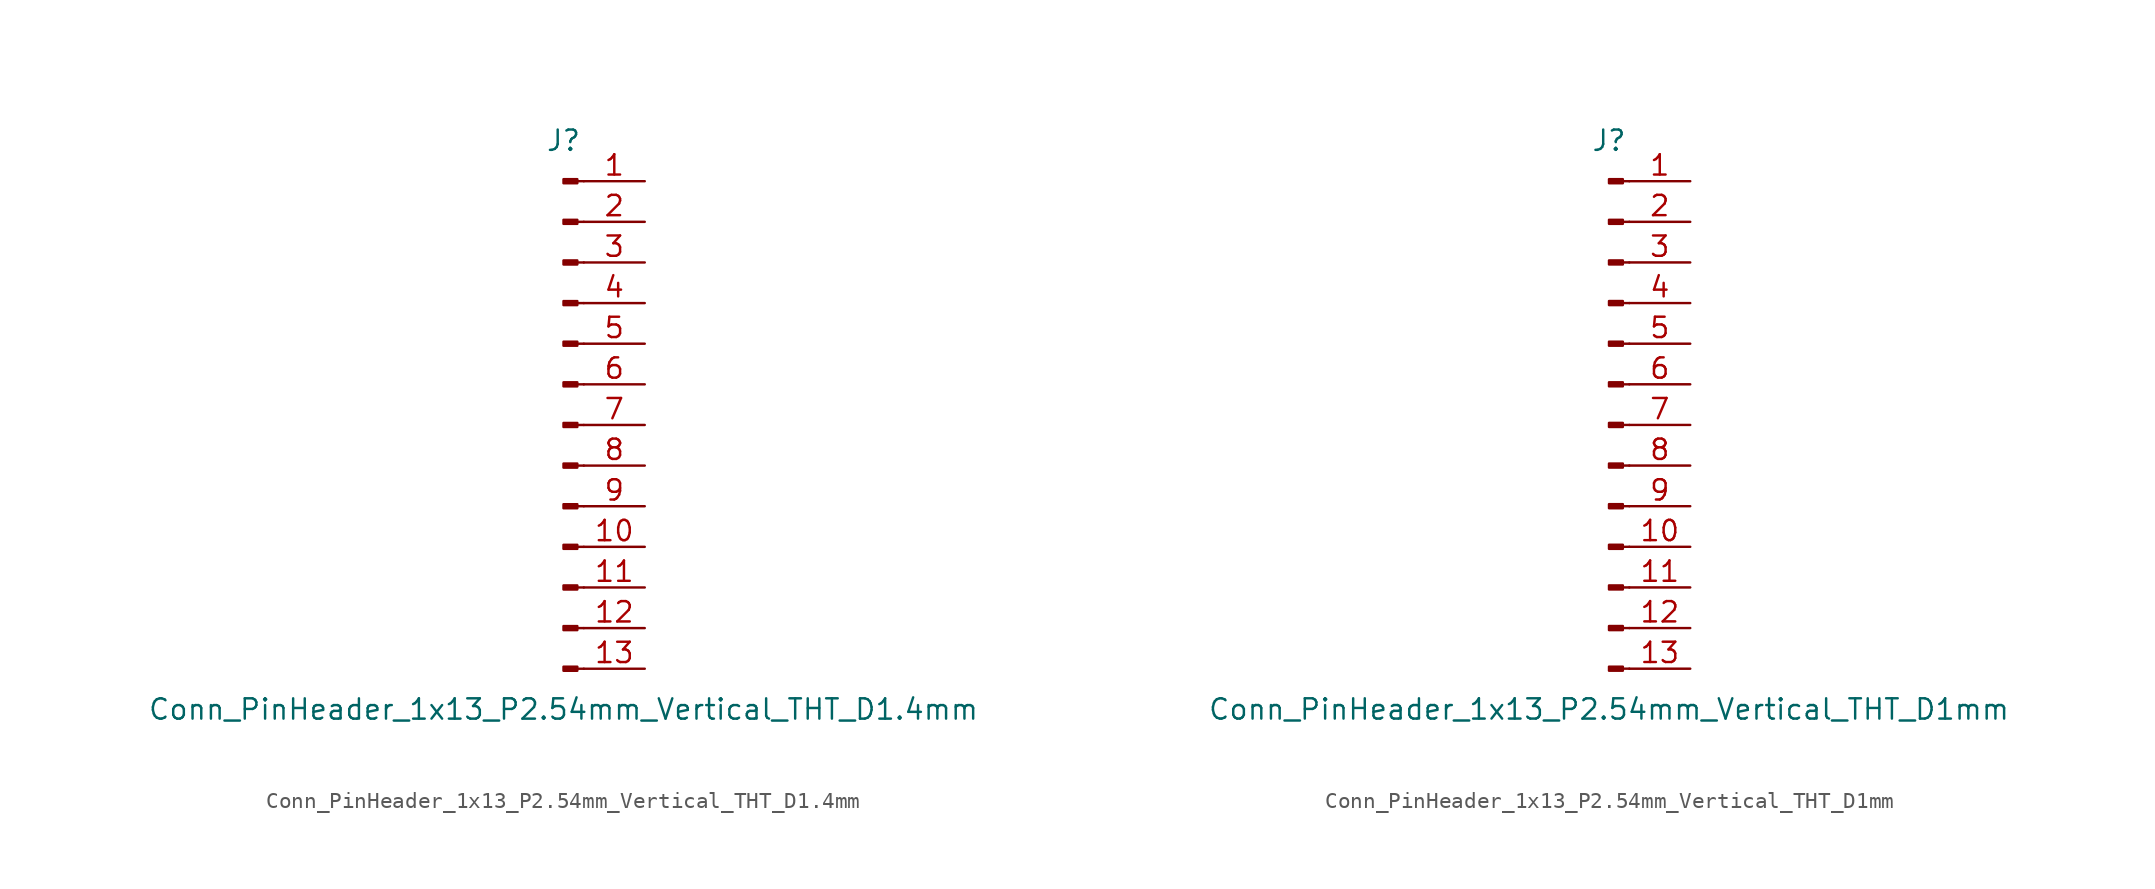
<source format=kicad_sym>
(kicad_symbol_lib
  (version 20211014)
  (generator kicad_symbol_editor)
  (symbol "Conn_PinHeader_1x13_P2.54mm_Vertical_THT_D1.4mm"
    (pin_names
      (offset 1.016) hide)
    (property "Reference" "J"
      (at 0 17.78 0)
      (effects (font (size 1.27 1.27))))
    (property "Value" "Conn_PinHeader_1x13_P2.54mm_Vertical_THT_D1.4mm"
      (at 0 -17.78 0)
      (effects (font (size 1.27 1.27))))
    (symbol "Conn_PinHeader_1x13_P2.54mm_Vertical_THT_D1.4mm_1_1"
      (polyline (pts (xy 1.27 -15.24) (xy 0.864 -15.24)) (stroke (width 0.152) (type default) (color 0 0 0 0)) (fill (type none)))
      (polyline (pts (xy 1.27 -12.7) (xy 0.864 -12.7)) (stroke (width 0.152) (type default) (color 0 0 0 0)) (fill (type none)))
      (polyline (pts (xy 1.27 -10.16) (xy 0.864 -10.16)) (stroke (width 0.152) (type default) (color 0 0 0 0)) (fill (type none)))
      (polyline (pts (xy 1.27 -7.62) (xy 0.864 -7.62)) (stroke (width 0.152) (type default) (color 0 0 0 0)) (fill (type none)))
      (polyline (pts (xy 1.27 -5.08) (xy 0.864 -5.08)) (stroke (width 0.152) (type default) (color 0 0 0 0)) (fill (type none)))
      (polyline (pts (xy 1.27 -2.54) (xy 0.864 -2.54)) (stroke (width 0.152) (type default) (color 0 0 0 0)) (fill (type none)))
      (polyline (pts (xy 1.27 0) (xy 0.864 0)) (stroke (width 0.152) (type default) (color 0 0 0 0)) (fill (type none)))
      (polyline (pts (xy 1.27 2.54) (xy 0.864 2.54)) (stroke (width 0.152) (type default) (color 0 0 0 0)) (fill (type none)))
      (polyline (pts (xy 1.27 5.08) (xy 0.864 5.08)) (stroke (width 0.152) (type default) (color 0 0 0 0)) (fill (type none)))
      (polyline (pts (xy 1.27 7.62) (xy 0.864 7.62)) (stroke (width 0.152) (type default) (color 0 0 0 0)) (fill (type none)))
      (polyline (pts (xy 1.27 10.16) (xy 0.864 10.16)) (stroke (width 0.152) (type default) (color 0 0 0 0)) (fill (type none)))
      (polyline (pts (xy 1.27 12.7) (xy 0.864 12.7)) (stroke (width 0.152) (type default) (color 0 0 0 0)) (fill (type none)))
      (polyline (pts (xy 1.27 15.24) (xy 0.864 15.24)) (stroke (width 0.152) (type default) (color 0 0 0 0)) (fill (type none)))
      (rectangle (start 0.864 -15.113) (end 0 -15.367) (stroke (width 0.152) (type default) (color 0 0 0 0)) (fill (type outline)))
      (rectangle (start 0.864 -12.573) (end 0 -12.827) (stroke (width 0.152) (type default) (color 0 0 0 0)) (fill (type outline)))
      (rectangle (start 0.864 -10.033) (end 0 -10.287) (stroke (width 0.152) (type default) (color 0 0 0 0)) (fill (type outline)))
      (rectangle (start 0.864 -7.493) (end 0 -7.747) (stroke (width 0.152) (type default) (color 0 0 0 0)) (fill (type outline)))
      (rectangle (start 0.864 -4.953) (end 0 -5.207) (stroke (width 0.152) (type default) (color 0 0 0 0)) (fill (type outline)))
      (rectangle (start 0.864 -2.413) (end 0 -2.667) (stroke (width 0.152) (type default) (color 0 0 0 0)) (fill (type outline)))
      (rectangle (start 0.864 0.127) (end 0 -0.127) (stroke (width 0.152) (type default) (color 0 0 0 0)) (fill (type outline)))
      (rectangle (start 0.864 2.667) (end 0 2.413) (stroke (width 0.152) (type default) (color 0 0 0 0)) (fill (type outline)))
      (rectangle (start 0.864 5.207) (end 0 4.953) (stroke (width 0.152) (type default) (color 0 0 0 0)) (fill (type outline)))
      (rectangle (start 0.864 7.747) (end 0 7.493) (stroke (width 0.152) (type default) (color 0 0 0 0)) (fill (type outline)))
      (rectangle (start 0.864 10.287) (end 0 10.033) (stroke (width 0.152) (type default) (color 0 0 0 0)) (fill (type outline)))
      (rectangle (start 0.864 12.827) (end 0 12.573) (stroke (width 0.152) (type default) (color 0 0 0 0)) (fill (type outline)))
      (rectangle (start 0.864 15.367) (end 0 15.113) (stroke (width 0.152) (type default) (color 0 0 0 0)) (fill (type outline)))
      (pin passive line (at 5.08 15.24 180) (length 3.81) (name "Pin_1" (effects (font (size 1.27 1.27)))) (number "1" (effects (font (size 1.27 1.27)))))
      (pin passive line (at 5.08 -7.62 180) (length 3.81) (name "Pin_10" (effects (font (size 1.27 1.27)))) (number "10" (effects (font (size 1.27 1.27)))))
      (pin passive line (at 5.08 -10.16 180) (length 3.81) (name "Pin_11" (effects (font (size 1.27 1.27)))) (number "11" (effects (font (size 1.27 1.27)))))
      (pin passive line (at 5.08 -12.7 180) (length 3.81) (name "Pin_12" (effects (font (size 1.27 1.27)))) (number "12" (effects (font (size 1.27 1.27)))))
      (pin passive line (at 5.08 -15.24 180) (length 3.81) (name "Pin_13" (effects (font (size 1.27 1.27)))) (number "13" (effects (font (size 1.27 1.27)))))
      (pin passive line (at 5.08 12.7 180) (length 3.81) (name "Pin_2" (effects (font (size 1.27 1.27)))) (number "2" (effects (font (size 1.27 1.27)))))
      (pin passive line (at 5.08 10.16 180) (length 3.81) (name "Pin_3" (effects (font (size 1.27 1.27)))) (number "3" (effects (font (size 1.27 1.27)))))
      (pin passive line (at 5.08 7.62 180) (length 3.81) (name "Pin_4" (effects (font (size 1.27 1.27)))) (number "4" (effects (font (size 1.27 1.27)))))
      (pin passive line (at 5.08 5.08 180) (length 3.81) (name "Pin_5" (effects (font (size 1.27 1.27)))) (number "5" (effects (font (size 1.27 1.27)))))
      (pin passive line (at 5.08 2.54 180) (length 3.81) (name "Pin_6" (effects (font (size 1.27 1.27)))) (number "6" (effects (font (size 1.27 1.27)))))
      (pin passive line (at 5.08 0 180) (length 3.81) (name "Pin_7" (effects (font (size 1.27 1.27)))) (number "7" (effects (font (size 1.27 1.27)))))
      (pin passive line (at 5.08 -2.54 180) (length 3.81) (name "Pin_8" (effects (font (size 1.27 1.27)))) (number "8" (effects (font (size 1.27 1.27)))))
      (pin passive line (at 5.08 -5.08 180) (length 3.81) (name "Pin_9" (effects (font (size 1.27 1.27)))) (number "9" (effects (font (size 1.27 1.27)))))))
  (symbol "Conn_PinHeader_1x13_P2.54mm_Vertical_THT_D1mm"
    (pin_names
      (offset 1.016) hide)
    (property "Reference" "J"
      (at 0 17.78 0)
      (effects (font (size 1.27 1.27))))
    (property "Value" "Conn_PinHeader_1x13_P2.54mm_Vertical_THT_D1mm"
      (at 0 -17.78 0)
      (effects (font (size 1.27 1.27))))
    (symbol "Conn_PinHeader_1x13_P2.54mm_Vertical_THT_D1mm_1_1"
      (polyline (pts (xy 1.27 -15.24) (xy 0.864 -15.24)) (stroke (width 0.152) (type default) (color 0 0 0 0)) (fill (type none)))
      (polyline (pts (xy 1.27 -12.7) (xy 0.864 -12.7)) (stroke (width 0.152) (type default) (color 0 0 0 0)) (fill (type none)))
      (polyline (pts (xy 1.27 -10.16) (xy 0.864 -10.16)) (stroke (width 0.152) (type default) (color 0 0 0 0)) (fill (type none)))
      (polyline (pts (xy 1.27 -7.62) (xy 0.864 -7.62)) (stroke (width 0.152) (type default) (color 0 0 0 0)) (fill (type none)))
      (polyline (pts (xy 1.27 -5.08) (xy 0.864 -5.08)) (stroke (width 0.152) (type default) (color 0 0 0 0)) (fill (type none)))
      (polyline (pts (xy 1.27 -2.54) (xy 0.864 -2.54)) (stroke (width 0.152) (type default) (color 0 0 0 0)) (fill (type none)))
      (polyline (pts (xy 1.27 0) (xy 0.864 0)) (stroke (width 0.152) (type default) (color 0 0 0 0)) (fill (type none)))
      (polyline (pts (xy 1.27 2.54) (xy 0.864 2.54)) (stroke (width 0.152) (type default) (color 0 0 0 0)) (fill (type none)))
      (polyline (pts (xy 1.27 5.08) (xy 0.864 5.08)) (stroke (width 0.152) (type default) (color 0 0 0 0)) (fill (type none)))
      (polyline (pts (xy 1.27 7.62) (xy 0.864 7.62)) (stroke (width 0.152) (type default) (color 0 0 0 0)) (fill (type none)))
      (polyline (pts (xy 1.27 10.16) (xy 0.864 10.16)) (stroke (width 0.152) (type default) (color 0 0 0 0)) (fill (type none)))
      (polyline (pts (xy 1.27 12.7) (xy 0.864 12.7)) (stroke (width 0.152) (type default) (color 0 0 0 0)) (fill (type none)))
      (polyline (pts (xy 1.27 15.24) (xy 0.864 15.24)) (stroke (width 0.152) (type default) (color 0 0 0 0)) (fill (type none)))
      (rectangle (start 0.864 -15.113) (end 0 -15.367) (stroke (width 0.152) (type default) (color 0 0 0 0)) (fill (type outline)))
      (rectangle (start 0.864 -12.573) (end 0 -12.827) (stroke (width 0.152) (type default) (color 0 0 0 0)) (fill (type outline)))
      (rectangle (start 0.864 -10.033) (end 0 -10.287) (stroke (width 0.152) (type default) (color 0 0 0 0)) (fill (type outline)))
      (rectangle (start 0.864 -7.493) (end 0 -7.747) (stroke (width 0.152) (type default) (color 0 0 0 0)) (fill (type outline)))
      (rectangle (start 0.864 -4.953) (end 0 -5.207) (stroke (width 0.152) (type default) (color 0 0 0 0)) (fill (type outline)))
      (rectangle (start 0.864 -2.413) (end 0 -2.667) (stroke (width 0.152) (type default) (color 0 0 0 0)) (fill (type outline)))
      (rectangle (start 0.864 0.127) (end 0 -0.127) (stroke (width 0.152) (type default) (color 0 0 0 0)) (fill (type outline)))
      (rectangle (start 0.864 2.667) (end 0 2.413) (stroke (width 0.152) (type default) (color 0 0 0 0)) (fill (type outline)))
      (rectangle (start 0.864 5.207) (end 0 4.953) (stroke (width 0.152) (type default) (color 0 0 0 0)) (fill (type outline)))
      (rectangle (start 0.864 7.747) (end 0 7.493) (stroke (width 0.152) (type default) (color 0 0 0 0)) (fill (type outline)))
      (rectangle (start 0.864 10.287) (end 0 10.033) (stroke (width 0.152) (type default) (color 0 0 0 0)) (fill (type outline)))
      (rectangle (start 0.864 12.827) (end 0 12.573) (stroke (width 0.152) (type default) (color 0 0 0 0)) (fill (type outline)))
      (rectangle (start 0.864 15.367) (end 0 15.113) (stroke (width 0.152) (type default) (color 0 0 0 0)) (fill (type outline)))
      (pin passive line (at 5.08 15.24 180) (length 3.81) (name "Pin_1" (effects (font (size 1.27 1.27)))) (number "1" (effects (font (size 1.27 1.27)))))
      (pin passive line (at 5.08 -7.62 180) (length 3.81) (name "Pin_10" (effects (font (size 1.27 1.27)))) (number "10" (effects (font (size 1.27 1.27)))))
      (pin passive line (at 5.08 -10.16 180) (length 3.81) (name "Pin_11" (effects (font (size 1.27 1.27)))) (number "11" (effects (font (size 1.27 1.27)))))
      (pin passive line (at 5.08 -12.7 180) (length 3.81) (name "Pin_12" (effects (font (size 1.27 1.27)))) (number "12" (effects (font (size 1.27 1.27)))))
      (pin passive line (at 5.08 -15.24 180) (length 3.81) (name "Pin_13" (effects (font (size 1.27 1.27)))) (number "13" (effects (font (size 1.27 1.27)))))
      (pin passive line (at 5.08 12.7 180) (length 3.81) (name "Pin_2" (effects (font (size 1.27 1.27)))) (number "2" (effects (font (size 1.27 1.27)))))
      (pin passive line (at 5.08 10.16 180) (length 3.81) (name "Pin_3" (effects (font (size 1.27 1.27)))) (number "3" (effects (font (size 1.27 1.27)))))
      (pin passive line (at 5.08 7.62 180) (length 3.81) (name "Pin_4" (effects (font (size 1.27 1.27)))) (number "4" (effects (font (size 1.27 1.27)))))
      (pin passive line (at 5.08 5.08 180) (length 3.81) (name "Pin_5" (effects (font (size 1.27 1.27)))) (number "5" (effects (font (size 1.27 1.27)))))
      (pin passive line (at 5.08 2.54 180) (length 3.81) (name "Pin_6" (effects (font (size 1.27 1.27)))) (number "6" (effects (font (size 1.27 1.27)))))
      (pin passive line (at 5.08 0 180) (length 3.81) (name "Pin_7" (effects (font (size 1.27 1.27)))) (number "7" (effects (font (size 1.27 1.27)))))
      (pin passive line (at 5.08 -2.54 180) (length 3.81) (name "Pin_8" (effects (font (size 1.27 1.27)))) (number "8" (effects (font (size 1.27 1.27)))))
      (pin passive line (at 5.08 -5.08 180) (length 3.81) (name "Pin_9" (effects (font (size 1.27 1.27)))) (number "9" (effects (font (size 1.27 1.27))))))))
</source>
